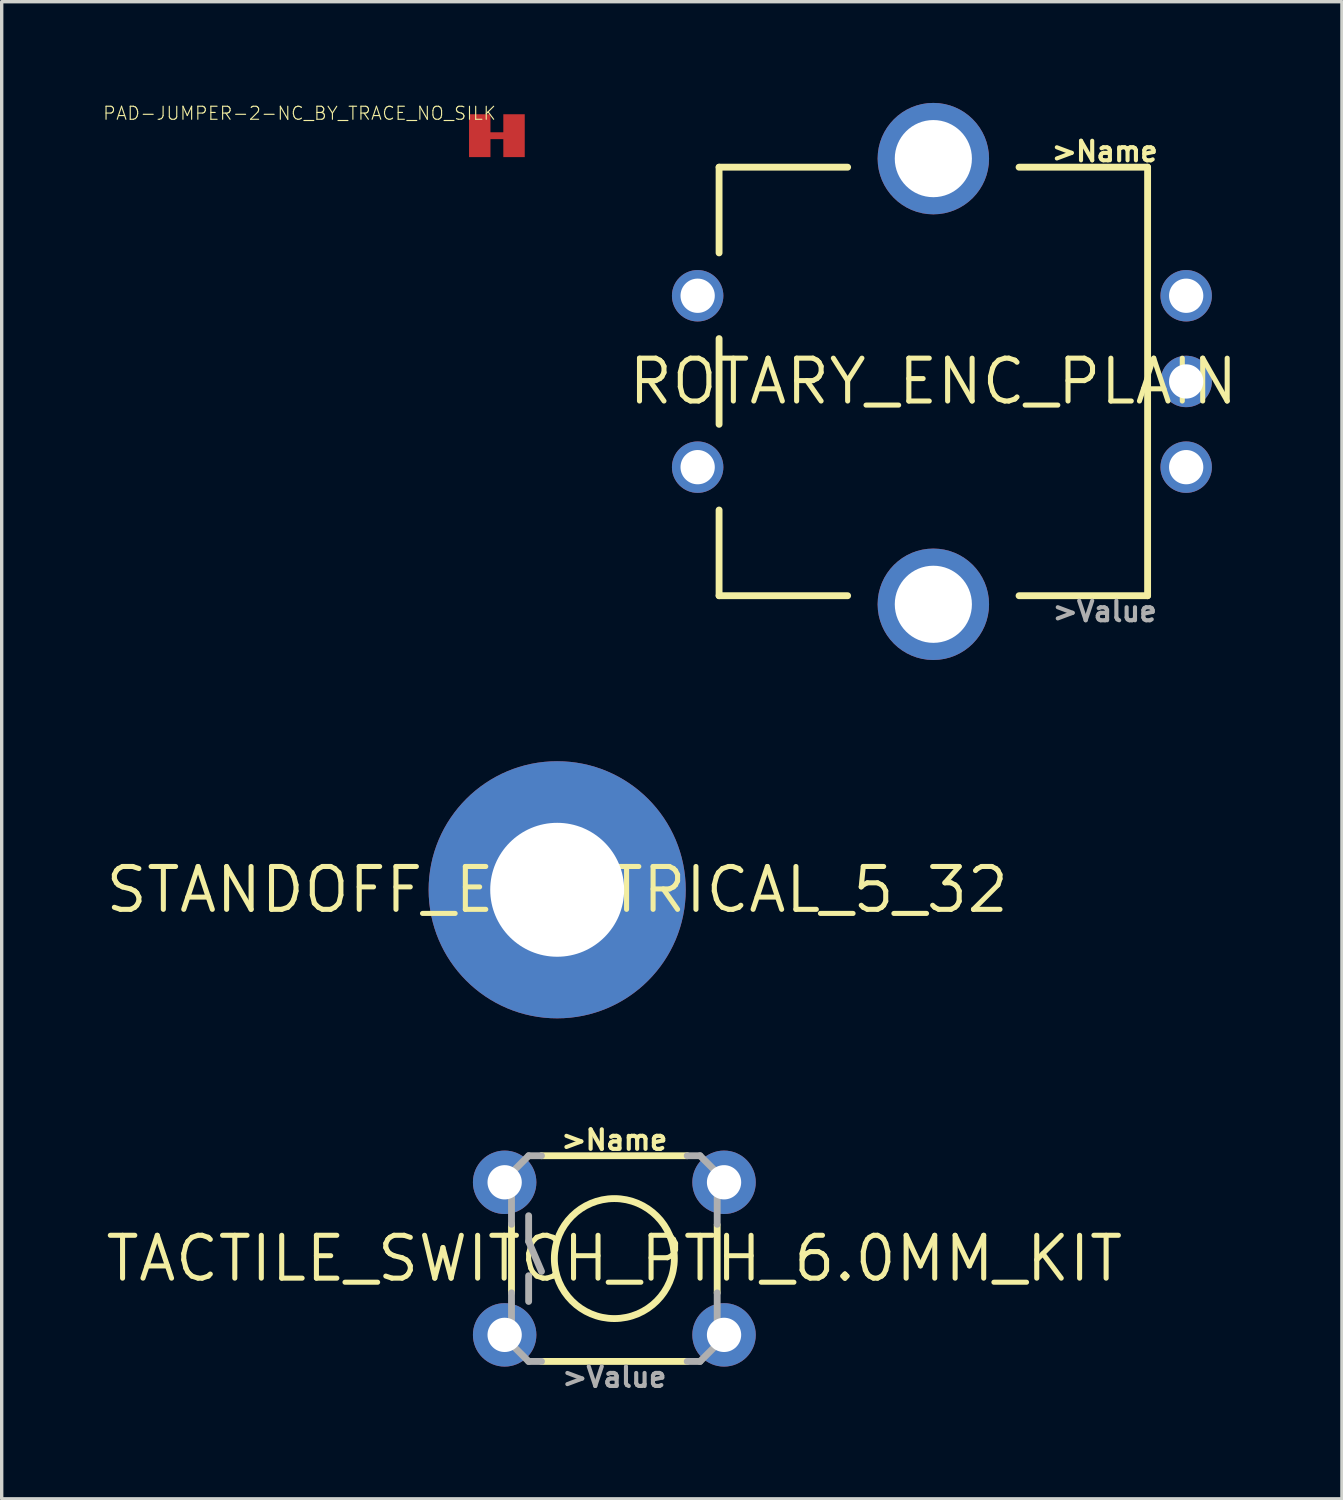
<source format=kicad_pcb>
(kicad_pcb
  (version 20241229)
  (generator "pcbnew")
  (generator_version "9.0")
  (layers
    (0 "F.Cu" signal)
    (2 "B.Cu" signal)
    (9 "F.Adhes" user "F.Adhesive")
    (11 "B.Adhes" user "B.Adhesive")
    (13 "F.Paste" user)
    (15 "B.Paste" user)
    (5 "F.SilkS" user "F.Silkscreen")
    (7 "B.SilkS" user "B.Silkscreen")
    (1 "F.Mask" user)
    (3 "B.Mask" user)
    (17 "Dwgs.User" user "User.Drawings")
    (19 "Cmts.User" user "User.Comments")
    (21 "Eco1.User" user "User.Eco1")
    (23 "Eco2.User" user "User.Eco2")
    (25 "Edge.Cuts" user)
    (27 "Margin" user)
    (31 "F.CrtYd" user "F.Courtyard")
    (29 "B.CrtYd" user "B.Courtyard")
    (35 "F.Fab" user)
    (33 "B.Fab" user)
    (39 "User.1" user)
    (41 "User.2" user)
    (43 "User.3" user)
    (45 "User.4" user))
  (footprint "TACTILE_SWITCH_PTH_6.0MM_KIT"
    (layer "F.Cu")
    (at 15.157 34.25)
    (property "Reference" "TACTILE_SWITCH_PTH_6.0MM_KIT" (at 0 0 0) (layer "F.SilkS") (effects (font (size 1.27 1.27) (thickness 0.15))))
    (attr through_hole)
    (fp_poly (pts (xy -3.241 1.826) (xy -3.254 1.824) (xy -3.418 1.857) (xy -3.558 1.951) (xy -3.683 2.256) (xy -3.683 2.266) (xy -3.683 2.266) (xy -3.652 2.433) (xy -3.559 2.576) (xy -3.251 2.708) (xy -3.221 2.71) (xy -3.057 2.672) (xy -2.92 2.573) (xy -2.804 2.263) (xy -2.804 2.268) (xy -2.804 2.268) (xy -2.837 2.1) (xy -2.931 1.957)) (stroke (width 0) (type solid)) (fill yes) (layer "F.Mask"))
    (fp_poly (pts (xy -3.246 -2.703) (xy -3.259 -2.705) (xy -3.259 -2.705) (xy -3.424 -2.672) (xy -3.563 -2.578) (xy -3.656 -2.438) (xy -3.688 -2.273) (xy -3.688 -2.263) (xy -3.657 -2.096) (xy -3.564 -1.953) (xy -3.256 -1.821) (xy -3.226 -1.819) (xy -3.226 -1.819) (xy -3.062 -1.857) (xy -2.925 -1.956) (xy -2.809 -2.266) (xy -2.809 -2.261) (xy -2.842 -2.429) (xy -2.936 -2.572) (xy -3.078 -2.668)) (stroke (width 0) (type solid)) (fill yes) (layer "F.Mask"))
    (fp_poly (pts (xy 3.261 -2.7) (xy 3.249 -2.703) (xy 3.084 -2.669) (xy 2.945 -2.576) (xy 2.852 -2.436) (xy 2.819 -2.271) (xy 2.819 -2.261) (xy 2.819 -2.261) (xy 2.851 -2.093) (xy 2.944 -1.95) (xy 3.251 -1.819) (xy 3.282 -1.816) (xy 3.446 -1.855) (xy 3.583 -1.953) (xy 3.698 -2.263) (xy 3.698 -2.258) (xy 3.698 -2.258) (xy 3.666 -2.426) (xy 3.571 -2.57) (xy 3.429 -2.666)) (stroke (width 0) (type solid)) (fill yes) (layer "F.Mask"))
    (fp_poly (pts (xy 3.261 1.824) (xy 3.249 1.821) (xy 3.249 1.821) (xy 3.084 1.854) (xy 2.945 1.948) (xy 2.852 2.088) (xy 2.819 2.253) (xy 2.819 2.263) (xy 2.851 2.431) (xy 2.944 2.573) (xy 3.251 2.705) (xy 3.282 2.708) (xy 3.282 2.708) (xy 3.446 2.669) (xy 3.583 2.57) (xy 3.698 2.26) (xy 3.698 2.266) (xy 3.666 2.097) (xy 3.571 1.954) (xy 3.429 1.858)) (stroke (width 0) (type solid)) (fill yes) (layer "F.Mask"))
    (fp_poly (pts (xy -3.261 1.387) (xy -3.254 1.384) (xy -3.478 1.412) (xy -3.688 1.497) (xy -3.868 1.633) (xy -4.008 1.811) (xy -4.128 2.243) (xy -4.13 2.263) (xy -4.13 2.263) (xy -4.099 2.49) (xy -4.011 2.701) (xy -3.872 2.882) (xy -3.69 3.021) (xy -3.478 3.108) (xy -3.251 3.137) (xy -3.244 3.142) (xy -3.244 3.142) (xy -3.021 3.114) (xy -2.813 3.03) (xy -2.634 2.895) (xy -2.496 2.718) (xy -2.377 2.288) (xy -2.372 2.26) (xy -2.404 2.033) (xy -2.494 1.821) (xy -2.636 1.64) (xy -2.82 1.501)) (stroke (width 0) (type solid)) (fill yes) (layer "B.Mask"))
    (fp_poly (pts (xy 3.241 -3.139) (xy 3.249 -3.142) (xy 3.024 -3.114) (xy 2.815 -3.03) (xy 2.634 -2.894) (xy 2.495 -2.716) (xy 2.375 -2.284) (xy 2.372 -2.263) (xy 2.403 -2.036) (xy 2.491 -1.825) (xy 2.631 -1.644) (xy 2.813 -1.506) (xy 3.024 -1.419) (xy 3.251 -1.389) (xy 3.259 -1.384) (xy 3.259 -1.384) (xy 3.482 -1.412) (xy 3.69 -1.496) (xy 3.869 -1.632) (xy 4.007 -1.809) (xy 4.094 -2.015) (xy 4.125 -2.238) (xy 4.13 -2.266) (xy 4.13 -2.266) (xy 4.098 -2.494) (xy 4.008 -2.705) (xy 3.866 -2.887) (xy 3.683 -3.025) (xy 3.469 -3.111)) (stroke (width 0) (type solid)) (fill yes) (layer "B.Mask"))
    (fp_poly (pts (xy 3.241 1.384) (xy 3.249 1.382) (xy 3.249 1.382) (xy 3.024 1.409) (xy 2.815 1.494) (xy 2.634 1.63) (xy 2.495 1.808) (xy 2.375 2.24) (xy 2.372 2.261) (xy 2.372 2.261) (xy 2.403 2.487) (xy 2.491 2.698) (xy 2.631 2.879) (xy 2.813 3.018) (xy 3.024 3.105) (xy 3.251 3.134) (xy 3.259 3.139) (xy 3.482 3.112) (xy 3.69 3.027) (xy 3.869 2.892) (xy 4.007 2.715) (xy 4.125 2.286) (xy 4.13 2.258) (xy 4.13 2.258) (xy 4.098 2.03) (xy 4.008 1.818) (xy 3.866 1.637) (xy 3.683 1.499) (xy 3.469 1.412)) (stroke (width 0) (type solid)) (fill yes) (layer "B.Mask"))
    (fp_poly (pts (xy -3.266 -3.142) (xy -3.259 -3.144) (xy -3.259 -3.144) (xy -3.483 -3.117) (xy -3.693 -3.032) (xy -3.874 -2.896) (xy -4.013 -2.718) (xy -4.133 -2.286) (xy -4.135 -2.266) (xy -4.135 -2.266) (xy -4.105 -2.039) (xy -4.016 -1.828) (xy -3.877 -1.647) (xy -3.695 -1.508) (xy -3.483 -1.421) (xy -3.256 -1.392) (xy -3.249 -1.387) (xy -3.249 -1.387) (xy -3.026 -1.415) (xy -2.818 -1.499) (xy -2.639 -1.634) (xy -2.501 -1.811) (xy -2.414 -2.018) (xy -2.383 -2.24) (xy -2.377 -2.268) (xy -2.377 -2.268) (xy -2.41 -2.496) (xy -2.499 -2.708) (xy -2.641 -2.889) (xy -2.825 -3.028)) (stroke (width 0) (type solid)) (fill yes) (layer "B.Mask"))
    (fp_line (start -3.048 -1.028) (end -3.048 1.016) (stroke (width 0.203) (type solid)) (layer "F.SilkS"))
    (fp_line (start -2.159 3.048) (end 2.159 3.048) (stroke (width 0.203) (type solid)) (layer "F.SilkS"))
    (fp_line (start 2.159 -3.048) (end -2.159 -3.048) (stroke (width 0.203) (type solid)) (layer "F.SilkS"))
    (fp_line (start 3.048 -0.998) (end 3.048 1.016) (stroke (width 0.203) (type solid)) (layer "F.SilkS"))
    (fp_circle (center 0 0) (end 1.778 0) (stroke (width 0.203) (type solid)) (fill no) (layer "F.SilkS"))
    (fp_line (start -3.048 -2.54) (end -3.048 -1.016) (stroke (width 0.203) (type solid)) (layer "F.Fab"))
    (fp_line (start -3.048 2.54) (end -3.048 1.016) (stroke (width 0.203) (type solid)) (layer "F.Fab"))
    (fp_line (start -2.54 -3.048) (end -3.048 -2.54) (stroke (width 0.203) (type solid)) (layer "F.Fab"))
    (fp_line (start -2.54 -3.048) (end -2.159 -3.048) (stroke (width 0.203) (type solid)) (layer "F.Fab"))
    (fp_line (start -2.54 -1.27) (end -2.54 -0.508) (stroke (width 0.203) (type solid)) (layer "F.Fab"))
    (fp_line (start -2.54 -0.508) (end -2.159 0.381) (stroke (width 0.203) (type solid)) (layer "F.Fab"))
    (fp_line (start -2.54 0.508) (end -2.54 1.27) (stroke (width 0.203) (type solid)) (layer "F.Fab"))
    (fp_line (start -2.54 3.048) (end -3.048 2.54) (stroke (width 0.203) (type solid)) (layer "F.Fab"))
    (fp_line (start -2.54 3.048) (end -2.159 3.048) (stroke (width 0.203) (type solid)) (layer "F.Fab"))
    (fp_line (start 2.54 -3.048) (end 2.159 -3.048) (stroke (width 0.203) (type solid)) (layer "F.Fab"))
    (fp_line (start 2.54 3.048) (end 2.159 3.048) (stroke (width 0.203) (type solid)) (layer "F.Fab"))
    (fp_line (start 2.54 3.048) (end 3.048 2.54) (stroke (width 0.203) (type solid)) (layer "F.Fab"))
    (fp_line (start 3.048 -2.54) (end 2.54 -3.048) (stroke (width 0.203) (type solid)) (layer "F.Fab"))
    (fp_line (start 3.048 -1.016) (end 3.048 -2.54) (stroke (width 0.203) (type solid)) (layer "F.Fab"))
    (fp_line (start 3.048 2.54) (end 3.048 1.016) (stroke (width 0.203) (type solid)) (layer "F.Fab"))
    (fp_text user ">Name" (at 0 -3.175 0) (layer "F.SilkS") (effects (font (size 0.579 0.579) (thickness 0.122)) (justify bottom)))
    (fp_text user ">Value" (at 0 3.175 0) (layer "F.Fab") (effects (font (size 0.579 0.579) (thickness 0.122)) (justify top)))
    (pad "1" thru_hole circle (at -3.251 -2.261) (size 1.88 1.88) (drill 1.016) (layers "*.Cu" "*.Mask"))
    (pad "2" thru_hole circle (at 3.251 -2.261) (size 1.88 1.88) (drill 1.016) (layers "*.Cu" "*.Mask"))
    (pad "3" thru_hole circle (at -3.251 2.261) (size 1.88 1.88) (drill 1.016) (layers "*.Cu" "*.Mask"))
    (pad "4" thru_hole circle (at 3.251 2.261) (size 1.88 1.88) (drill 1.016) (layers "*.Cu" "*.Mask")))
  (footprint "ROTARY_ENC_PLAIN"
    (layer "F.Cu")
    (at 24.611 8.255)
    (property "Reference" "ROTARY_ENC_PLAIN" (at 0 0 0) (layer "F.SilkS") (effects (font (size 1.27 1.27) (thickness 0.15))))
    (attr through_hole)
    (fp_line (start -6.35 -6.35) (end -6.35 -3.81) (stroke (width 0.203) (type solid)) (layer "F.SilkS"))
    (fp_line (start -6.35 -6.35) (end -2.54 -6.35) (stroke (width 0.203) (type solid)) (layer "F.SilkS"))
    (fp_line (start -6.35 -1.27) (end -6.35 1.27) (stroke (width 0.203) (type solid)) (layer "F.SilkS"))
    (fp_line (start -6.35 6.35) (end -6.35 3.81) (stroke (width 0.203) (type solid)) (layer "F.SilkS"))
    (fp_line (start -2.54 6.35) (end -6.35 6.35) (stroke (width 0.203) (type solid)) (layer "F.SilkS"))
    (fp_line (start 2.54 -6.35) (end 6.35 -6.35) (stroke (width 0.203) (type solid)) (layer "F.SilkS"))
    (fp_line (start 6.35 -6.35) (end 6.35 6.35) (stroke (width 0.203) (type solid)) (layer "F.SilkS"))
    (fp_line (start 6.35 6.35) (end 2.54 6.35) (stroke (width 0.203) (type solid)) (layer "F.SilkS"))
    (fp_text user ">Name" (at 5.08 -6.477 0) (layer "F.SilkS") (effects (font (size 0.579 0.579) (thickness 0.122)) (justify bottom)))
    (fp_text user ">Value" (at 5.08 6.477 0) (layer "F.Fab") (effects (font (size 0.579 0.579) (thickness 0.122)) (justify top)))
    (pad "A" thru_hole circle (at 7.493 2.54) (size 1.524 1.524) (drill 1.016) (layers "*.Cu" "*.Mask"))
    (pad "B" thru_hole circle (at 7.493 -2.54) (size 1.524 1.524) (drill 1.016) (layers "*.Cu" "*.Mask"))
    (pad "C" thru_hole circle (at 7.493 0) (size 1.524 1.524) (drill 1.016) (layers "*.Cu" "*.Mask"))
    (pad "P$3" thru_hole circle (at 0 -6.604) (size 3.302 3.302) (drill 2.286) (layers "*.Cu" "*.Mask"))
    (pad "P$4" thru_hole circle (at 0 6.604) (size 3.302 3.302) (drill 2.286) (layers "*.Cu" "*.Mask"))
    (pad "SW+" thru_hole circle (at -6.985 -2.54) (size 1.524 1.524) (drill 1.016) (layers "*.Cu" "*.Mask"))
    (pad "SW-" thru_hole circle (at -6.985 2.54) (size 1.524 1.524) (drill 1.016) (layers "*.Cu" "*.Mask")))
  (footprint "STANDOFF_ELECTRICAL_5_32"
    (layer "F.Cu")
    (at 13.463 23.32)
    (property "Reference" "STANDOFF_ELECTRICAL_5_32" (at 0 0 0) (layer "F.SilkS") (effects (font (size 1.27 1.27) (thickness 0.15))))
    (attr through_hole)
    (pad "P1" thru_hole circle (at 0 0) (size 7.62 7.62) (drill 3.969) (layers "*.Cu" "*.Mask")))
  (footprint "PAD-JUMPER-2-NC_BY_TRACE_NO_SILK"
    (layer "F.Cu")
    (at 11.676 0.971)
    (property "Reference" "PAD-JUMPER-2-NC_BY_TRACE_NO_SILK" (at 0 -0.889 0) (layer "F.SilkS") (effects (font (size 0.386 0.386) (thickness 0.033)) (justify right top)))
    (attr through_hole)
    (fp_line (start -0.381 0) (end 0.381 0) (stroke (width 0.203) (type solid)) (layer "F.Cu"))
    (pad "1" smd rect (at -0.508 0) (size 0.635 1.27) (layers "F.Cu" "F.Mask"))
    (pad "2" smd rect (at 0.508 0) (size 0.635 1.27) (layers "F.Cu" "F.Mask")))
  (gr_rect
    (start -3 -3)
    (end 36.72 41.37)
    (stroke (width 0.1) (type default))
    (fill no)
    (layer "Edge.Cuts")))
</source>
